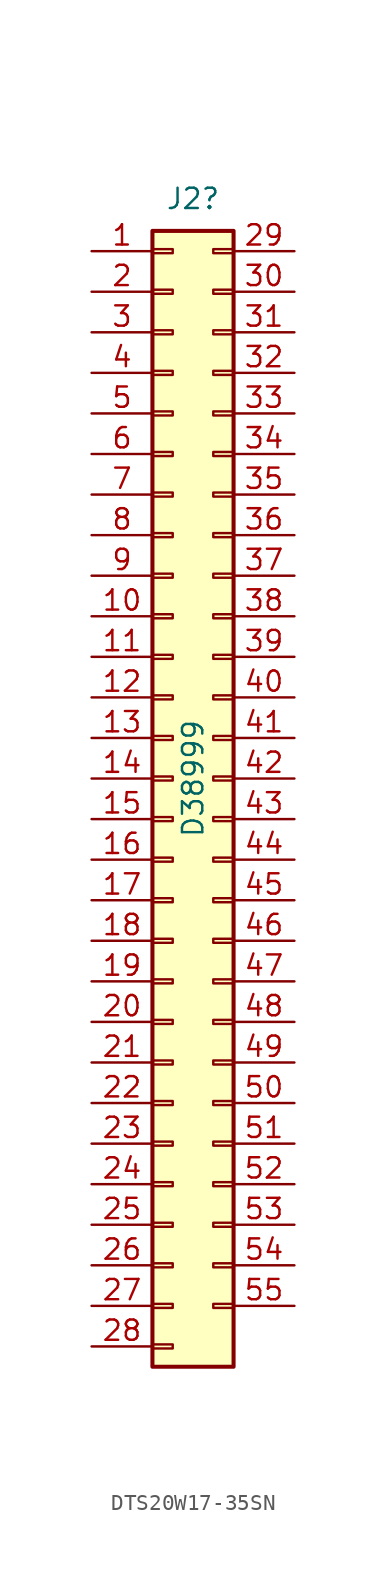
<source format=kicad_sym>
(kicad_symbol_lib
  (version 20211014)
  (generator kicad_symbol_editor)
  (symbol "DTS20W17-35SN"
    (pin_names
      (offset 1.016) hide)
    (property "Reference" "J2"
      (at 1.27 35.56 0)
      (effects (font (size 1.27 1.27)) (justify bottom)))
    (property "Value" "D38999"
      (at 1.27 0 90)
      (effects (font (size 1.27 1.27))))
    (symbol "DTS20W17-35SN_1_1"
      (rectangle (start -1.27 -35.433) (end 0 -35.687) (stroke (width 0.152) (type default)) (fill (type none)))
      (rectangle (start -1.27 -32.893) (end 0 -33.147) (stroke (width 0.152) (type default)) (fill (type none)))
      (rectangle (start -1.27 -30.353) (end 0 -30.607) (stroke (width 0.152) (type default)) (fill (type none)))
      (rectangle (start -1.27 -27.813) (end 0 -28.067) (stroke (width 0.152) (type default)) (fill (type none)))
      (rectangle (start -1.27 -25.273) (end 0 -25.527) (stroke (width 0.152) (type default)) (fill (type none)))
      (rectangle (start -1.27 -22.733) (end 0 -22.987) (stroke (width 0.152) (type default)) (fill (type none)))
      (rectangle (start -1.27 -20.193) (end 0 -20.447) (stroke (width 0.152) (type default)) (fill (type none)))
      (rectangle (start -1.27 -17.653) (end 0 -17.907) (stroke (width 0.152) (type default)) (fill (type none)))
      (rectangle (start -1.27 -15.113) (end 0 -15.367) (stroke (width 0.152) (type default)) (fill (type none)))
      (rectangle (start -1.27 -12.573) (end 0 -12.827) (stroke (width 0.152) (type default)) (fill (type none)))
      (rectangle (start -1.27 -10.033) (end 0 -10.287) (stroke (width 0.152) (type default)) (fill (type none)))
      (rectangle (start -1.27 -7.493) (end 0 -7.747) (stroke (width 0.152) (type default)) (fill (type none)))
      (rectangle (start -1.27 -4.953) (end 0 -5.207) (stroke (width 0.152) (type default)) (fill (type none)))
      (rectangle (start -1.27 -2.413) (end 0 -2.667) (stroke (width 0.152) (type default)) (fill (type none)))
      (rectangle (start -1.27 0.127) (end 0 -0.127) (stroke (width 0.152) (type default)) (fill (type none)))
      (rectangle (start -1.27 2.667) (end 0 2.413) (stroke (width 0.152) (type default)) (fill (type none)))
      (rectangle (start -1.27 5.207) (end 0 4.953) (stroke (width 0.152) (type default)) (fill (type none)))
      (rectangle (start -1.27 7.747) (end 0 7.493) (stroke (width 0.152) (type default)) (fill (type none)))
      (rectangle (start -1.27 10.287) (end 0 10.033) (stroke (width 0.152) (type default)) (fill (type none)))
      (rectangle (start -1.27 12.827) (end 0 12.573) (stroke (width 0.152) (type default)) (fill (type none)))
      (rectangle (start -1.27 15.367) (end 0 15.113) (stroke (width 0.152) (type default)) (fill (type none)))
      (rectangle (start -1.27 17.907) (end 0 17.653) (stroke (width 0.152) (type default)) (fill (type none)))
      (rectangle (start -1.27 20.447) (end 0 20.193) (stroke (width 0.152) (type default)) (fill (type none)))
      (rectangle (start -1.27 22.987) (end 0 22.733) (stroke (width 0.152) (type default)) (fill (type none)))
      (rectangle (start -1.27 25.527) (end 0 25.273) (stroke (width 0.152) (type default)) (fill (type none)))
      (rectangle (start -1.27 28.067) (end 0 27.813) (stroke (width 0.152) (type default)) (fill (type none)))
      (rectangle (start -1.27 30.607) (end 0 30.353) (stroke (width 0.152) (type default)) (fill (type none)))
      (rectangle (start -1.27 33.147) (end 0 32.893) (stroke (width 0.152) (type default)) (fill (type none)))
      (rectangle (start -1.27 34.29) (end 3.81 -36.83) (stroke (width 0.254) (type default)) (fill (type background)))
      (rectangle (start 3.81 -32.893) (end 2.54 -33.147) (stroke (width 0.152) (type default)) (fill (type none)))
      (rectangle (start 3.81 -30.353) (end 2.54 -30.607) (stroke (width 0.152) (type default)) (fill (type none)))
      (rectangle (start 3.81 -27.813) (end 2.54 -28.067) (stroke (width 0.152) (type default)) (fill (type none)))
      (rectangle (start 3.81 -25.273) (end 2.54 -25.527) (stroke (width 0.152) (type default)) (fill (type none)))
      (rectangle (start 3.81 -22.733) (end 2.54 -22.987) (stroke (width 0.152) (type default)) (fill (type none)))
      (rectangle (start 3.81 -20.193) (end 2.54 -20.447) (stroke (width 0.152) (type default)) (fill (type none)))
      (rectangle (start 3.81 -17.653) (end 2.54 -17.907) (stroke (width 0.152) (type default)) (fill (type none)))
      (rectangle (start 3.81 -15.113) (end 2.54 -15.367) (stroke (width 0.152) (type default)) (fill (type none)))
      (rectangle (start 3.81 -12.573) (end 2.54 -12.827) (stroke (width 0.152) (type default)) (fill (type none)))
      (rectangle (start 3.81 -10.033) (end 2.54 -10.287) (stroke (width 0.152) (type default)) (fill (type none)))
      (rectangle (start 3.81 -7.493) (end 2.54 -7.747) (stroke (width 0.152) (type default)) (fill (type none)))
      (rectangle (start 3.81 -4.953) (end 2.54 -5.207) (stroke (width 0.152) (type default)) (fill (type none)))
      (rectangle (start 3.81 -2.413) (end 2.54 -2.667) (stroke (width 0.152) (type default)) (fill (type none)))
      (rectangle (start 3.81 0.127) (end 2.54 -0.127) (stroke (width 0.152) (type default)) (fill (type none)))
      (rectangle (start 3.81 2.667) (end 2.54 2.413) (stroke (width 0.152) (type default)) (fill (type none)))
      (rectangle (start 3.81 5.207) (end 2.54 4.953) (stroke (width 0.152) (type default)) (fill (type none)))
      (rectangle (start 3.81 7.747) (end 2.54 7.493) (stroke (width 0.152) (type default)) (fill (type none)))
      (rectangle (start 3.81 10.287) (end 2.54 10.033) (stroke (width 0.152) (type default)) (fill (type none)))
      (rectangle (start 3.81 12.827) (end 2.54 12.573) (stroke (width 0.152) (type default)) (fill (type none)))
      (rectangle (start 3.81 15.367) (end 2.54 15.113) (stroke (width 0.152) (type default)) (fill (type none)))
      (rectangle (start 3.81 17.907) (end 2.54 17.653) (stroke (width 0.152) (type default)) (fill (type none)))
      (rectangle (start 3.81 20.447) (end 2.54 20.193) (stroke (width 0.152) (type default)) (fill (type none)))
      (rectangle (start 3.81 22.987) (end 2.54 22.733) (stroke (width 0.152) (type default)) (fill (type none)))
      (rectangle (start 3.81 25.527) (end 2.54 25.273) (stroke (width 0.152) (type default)) (fill (type none)))
      (rectangle (start 3.81 28.067) (end 2.54 27.813) (stroke (width 0.152) (type default)) (fill (type none)))
      (rectangle (start 3.81 30.607) (end 2.54 30.353) (stroke (width 0.152) (type default)) (fill (type none)))
      (rectangle (start 3.81 33.147) (end 2.54 32.893) (stroke (width 0.152) (type default)) (fill (type none)))
      (pin passive line (at -5.08 33.02 0) (length 3.81) (name "Pin_1" (effects (font (size 1.27 1.27)))) (number "1" (effects (font (size 1.27 1.27)))))
      (pin passive line (at -5.08 10.16 0) (length 3.81) (name "Pin_10" (effects (font (size 1.27 1.27)))) (number "10" (effects (font (size 1.27 1.27)))))
      (pin passive line (at -5.08 7.62 0) (length 3.81) (name "Pin_11" (effects (font (size 1.27 1.27)))) (number "11" (effects (font (size 1.27 1.27)))))
      (pin passive line (at -5.08 5.08 0) (length 3.81) (name "Pin_12" (effects (font (size 1.27 1.27)))) (number "12" (effects (font (size 1.27 1.27)))))
      (pin passive line (at -5.08 2.54 0) (length 3.81) (name "Pin_13" (effects (font (size 1.27 1.27)))) (number "13" (effects (font (size 1.27 1.27)))))
      (pin passive line (at -5.08 0 0) (length 3.81) (name "Pin_14" (effects (font (size 1.27 1.27)))) (number "14" (effects (font (size 1.27 1.27)))))
      (pin passive line (at -5.08 -2.54 0) (length 3.81) (name "Pin_15" (effects (font (size 1.27 1.27)))) (number "15" (effects (font (size 1.27 1.27)))))
      (pin passive line (at -5.08 -5.08 0) (length 3.81) (name "Pin_16" (effects (font (size 1.27 1.27)))) (number "16" (effects (font (size 1.27 1.27)))))
      (pin passive line (at -5.08 -7.62 0) (length 3.81) (name "Pin_17" (effects (font (size 1.27 1.27)))) (number "17" (effects (font (size 1.27 1.27)))))
      (pin passive line (at -5.08 -10.16 0) (length 3.81) (name "Pin_18" (effects (font (size 1.27 1.27)))) (number "18" (effects (font (size 1.27 1.27)))))
      (pin passive line (at -5.08 -12.7 0) (length 3.81) (name "Pin_19" (effects (font (size 1.27 1.27)))) (number "19" (effects (font (size 1.27 1.27)))))
      (pin passive line (at -5.08 30.48 0) (length 3.81) (name "Pin_2" (effects (font (size 1.27 1.27)))) (number "2" (effects (font (size 1.27 1.27)))))
      (pin passive line (at -5.08 -15.24 0) (length 3.81) (name "Pin_20" (effects (font (size 1.27 1.27)))) (number "20" (effects (font (size 1.27 1.27)))))
      (pin passive line (at -5.08 -17.78 0) (length 3.81) (name "Pin_21" (effects (font (size 1.27 1.27)))) (number "21" (effects (font (size 1.27 1.27)))))
      (pin passive line (at -5.08 -20.32 0) (length 3.81) (name "Pin_22" (effects (font (size 1.27 1.27)))) (number "22" (effects (font (size 1.27 1.27)))))
      (pin passive line (at -5.08 -22.86 0) (length 3.81) (name "Pin_23" (effects (font (size 1.27 1.27)))) (number "23" (effects (font (size 1.27 1.27)))))
      (pin passive line (at -5.08 -25.4 0) (length 3.81) (name "Pin_24" (effects (font (size 1.27 1.27)))) (number "24" (effects (font (size 1.27 1.27)))))
      (pin passive line (at -5.08 -27.94 0) (length 3.81) (name "Pin_25" (effects (font (size 1.27 1.27)))) (number "25" (effects (font (size 1.27 1.27)))))
      (pin passive line (at -5.08 -30.48 0) (length 3.81) (name "Pin_26" (effects (font (size 1.27 1.27)))) (number "26" (effects (font (size 1.27 1.27)))))
      (pin passive line (at -5.08 -33.02 0) (length 3.81) (name "Pin_27" (effects (font (size 1.27 1.27)))) (number "27" (effects (font (size 1.27 1.27)))))
      (pin passive line (at -5.08 -35.56 0) (length 3.81) (name "Pin_28" (effects (font (size 1.27 1.27)))) (number "28" (effects (font (size 1.27 1.27)))))
      (pin passive line (at 7.62 33.02 180) (length 3.81) (name "Pin_29" (effects (font (size 1.27 1.27)))) (number "29" (effects (font (size 1.27 1.27)))))
      (pin passive line (at -5.08 27.94 0) (length 3.81) (name "Pin_3" (effects (font (size 1.27 1.27)))) (number "3" (effects (font (size 1.27 1.27)))))
      (pin passive line (at 7.62 30.48 180) (length 3.81) (name "Pin_30" (effects (font (size 1.27 1.27)))) (number "30" (effects (font (size 1.27 1.27)))))
      (pin passive line (at 7.62 27.94 180) (length 3.81) (name "Pin_31" (effects (font (size 1.27 1.27)))) (number "31" (effects (font (size 1.27 1.27)))))
      (pin passive line (at 7.62 25.4 180) (length 3.81) (name "Pin_32" (effects (font (size 1.27 1.27)))) (number "32" (effects (font (size 1.27 1.27)))))
      (pin passive line (at 7.62 22.86 180) (length 3.81) (name "Pin_33" (effects (font (size 1.27 1.27)))) (number "33" (effects (font (size 1.27 1.27)))))
      (pin passive line (at 7.62 20.32 180) (length 3.81) (name "Pin_34" (effects (font (size 1.27 1.27)))) (number "34" (effects (font (size 1.27 1.27)))))
      (pin passive line (at 7.62 17.78 180) (length 3.81) (name "Pin_35" (effects (font (size 1.27 1.27)))) (number "35" (effects (font (size 1.27 1.27)))))
      (pin passive line (at 7.62 15.24 180) (length 3.81) (name "Pin_36" (effects (font (size 1.27 1.27)))) (number "36" (effects (font (size 1.27 1.27)))))
      (pin passive line (at 7.62 12.7 180) (length 3.81) (name "Pin_37" (effects (font (size 1.27 1.27)))) (number "37" (effects (font (size 1.27 1.27)))))
      (pin passive line (at 7.62 10.16 180) (length 3.81) (name "Pin_38" (effects (font (size 1.27 1.27)))) (number "38" (effects (font (size 1.27 1.27)))))
      (pin passive line (at 7.62 7.62 180) (length 3.81) (name "Pin_39" (effects (font (size 1.27 1.27)))) (number "39" (effects (font (size 1.27 1.27)))))
      (pin passive line (at -5.08 25.4 0) (length 3.81) (name "Pin_4" (effects (font (size 1.27 1.27)))) (number "4" (effects (font (size 1.27 1.27)))))
      (pin passive line (at 7.62 5.08 180) (length 3.81) (name "Pin_40" (effects (font (size 1.27 1.27)))) (number "40" (effects (font (size 1.27 1.27)))))
      (pin passive line (at 7.62 2.54 180) (length 3.81) (name "Pin_41" (effects (font (size 1.27 1.27)))) (number "41" (effects (font (size 1.27 1.27)))))
      (pin passive line (at 7.62 0 180) (length 3.81) (name "Pin_42" (effects (font (size 1.27 1.27)))) (number "42" (effects (font (size 1.27 1.27)))))
      (pin passive line (at 7.62 -2.54 180) (length 3.81) (name "Pin_43" (effects (font (size 1.27 1.27)))) (number "43" (effects (font (size 1.27 1.27)))))
      (pin passive line (at 7.62 -5.08 180) (length 3.81) (name "Pin_44" (effects (font (size 1.27 1.27)))) (number "44" (effects (font (size 1.27 1.27)))))
      (pin passive line (at 7.62 -7.62 180) (length 3.81) (name "Pin_45" (effects (font (size 1.27 1.27)))) (number "45" (effects (font (size 1.27 1.27)))))
      (pin passive line (at 7.62 -10.16 180) (length 3.81) (name "Pin_46" (effects (font (size 1.27 1.27)))) (number "46" (effects (font (size 1.27 1.27)))))
      (pin passive line (at 7.62 -12.7 180) (length 3.81) (name "Pin_47" (effects (font (size 1.27 1.27)))) (number "47" (effects (font (size 1.27 1.27)))))
      (pin passive line (at 7.62 -15.24 180) (length 3.81) (name "Pin_48" (effects (font (size 1.27 1.27)))) (number "48" (effects (font (size 1.27 1.27)))))
      (pin passive line (at 7.62 -17.78 180) (length 3.81) (name "Pin_49" (effects (font (size 1.27 1.27)))) (number "49" (effects (font (size 1.27 1.27)))))
      (pin passive line (at -5.08 22.86 0) (length 3.81) (name "Pin_5" (effects (font (size 1.27 1.27)))) (number "5" (effects (font (size 1.27 1.27)))))
      (pin passive line (at 7.62 -20.32 180) (length 3.81) (name "Pin_50" (effects (font (size 1.27 1.27)))) (number "50" (effects (font (size 1.27 1.27)))))
      (pin passive line (at 7.62 -22.86 180) (length 3.81) (name "Pin_51" (effects (font (size 1.27 1.27)))) (number "51" (effects (font (size 1.27 1.27)))))
      (pin passive line (at 7.62 -25.4 180) (length 3.81) (name "Pin_52" (effects (font (size 1.27 1.27)))) (number "52" (effects (font (size 1.27 1.27)))))
      (pin passive line (at 7.62 -27.94 180) (length 3.81) (name "Pin_53" (effects (font (size 1.27 1.27)))) (number "53" (effects (font (size 1.27 1.27)))))
      (pin passive line (at 7.62 -30.48 180) (length 3.81) (name "Pin_54" (effects (font (size 1.27 1.27)))) (number "54" (effects (font (size 1.27 1.27)))))
      (pin passive line (at 7.62 -33.02 180) (length 3.81) (name "Pin_55" (effects (font (size 1.27 1.27)))) (number "55" (effects (font (size 1.27 1.27)))))
      (pin passive line (at -5.08 20.32 0) (length 3.81) (name "Pin_6" (effects (font (size 1.27 1.27)))) (number "6" (effects (font (size 1.27 1.27)))))
      (pin passive line (at -5.08 17.78 0) (length 3.81) (name "Pin_7" (effects (font (size 1.27 1.27)))) (number "7" (effects (font (size 1.27 1.27)))))
      (pin passive line (at -5.08 15.24 0) (length 3.81) (name "Pin_8" (effects (font (size 1.27 1.27)))) (number "8" (effects (font (size 1.27 1.27)))))
      (pin passive line (at -5.08 12.7 0) (length 3.81) (name "Pin_9" (effects (font (size 1.27 1.27)))) (number "9" (effects (font (size 1.27 1.27))))))))
</source>
